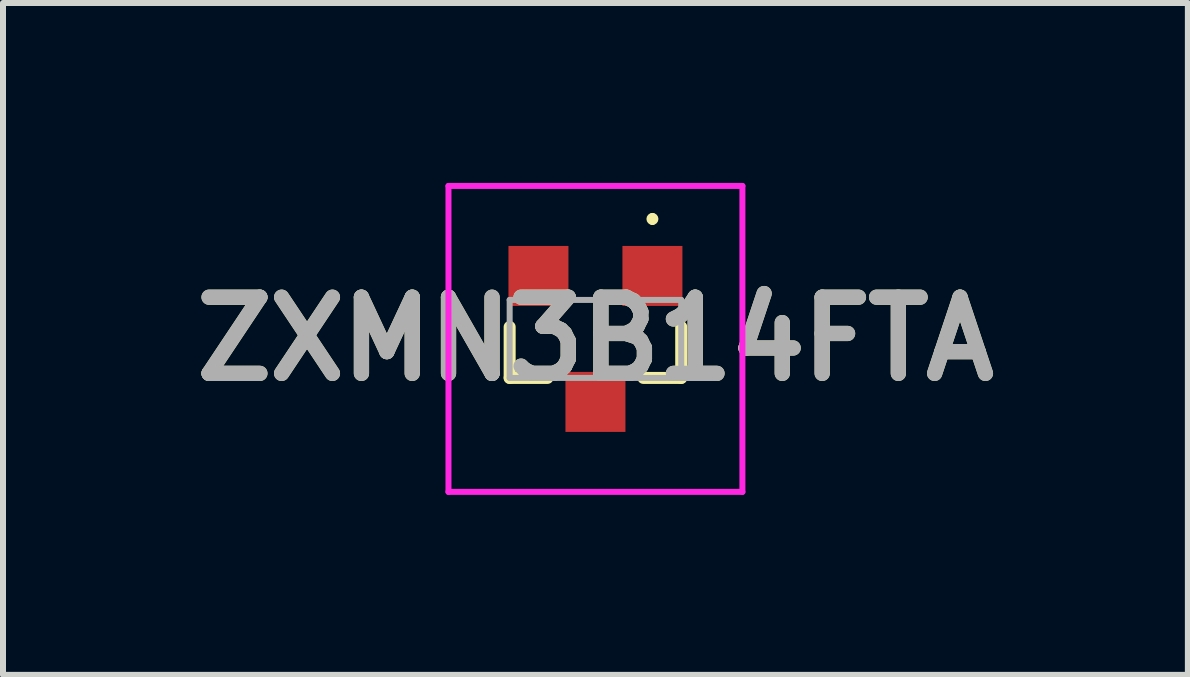
<source format=kicad_pcb>
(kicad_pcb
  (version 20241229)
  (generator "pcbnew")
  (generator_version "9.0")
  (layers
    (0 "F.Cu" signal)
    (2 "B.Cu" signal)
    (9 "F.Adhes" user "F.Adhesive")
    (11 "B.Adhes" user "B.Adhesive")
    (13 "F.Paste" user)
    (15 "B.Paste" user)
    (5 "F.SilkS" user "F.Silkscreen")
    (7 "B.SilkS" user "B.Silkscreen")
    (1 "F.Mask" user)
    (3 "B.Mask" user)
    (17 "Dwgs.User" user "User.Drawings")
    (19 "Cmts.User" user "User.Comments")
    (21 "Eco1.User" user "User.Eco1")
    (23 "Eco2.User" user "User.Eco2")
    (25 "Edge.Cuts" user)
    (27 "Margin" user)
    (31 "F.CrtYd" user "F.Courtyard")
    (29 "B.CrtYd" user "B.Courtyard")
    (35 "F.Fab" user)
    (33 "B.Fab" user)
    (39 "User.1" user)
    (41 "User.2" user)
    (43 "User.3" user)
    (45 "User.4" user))
  (footprint "ZXMN3B14FTA"
    (layer "F.Cu")
    (at 6.876 2.6)
    (property "Reference" "ZXMN3B14FTA" (at 0 0 0) (layer "F.SilkS") (effects (font (size 1.27 1.27) (thickness 0.254))))
    (attr smd)
    (fp_line (start -1.43 0.65) (end -1.43 -0.2) (stroke (width 0.2) (type solid)) (layer "F.SilkS"))
    (fp_line (start -0.8 0.65) (end -1.43 0.65) (stroke (width 0.2) (type solid)) (layer "F.SilkS"))
    (fp_line (start 0.8 0.65) (end 1.43 0.65) (stroke (width 0.2) (type solid)) (layer "F.SilkS"))
    (fp_line (start 0.95 -2.05) (end 0.95 -2.05) (stroke (width 0.1) (type solid)) (layer "F.SilkS"))
    (fp_line (start 0.95 -1.95) (end 0.95 -1.95) (stroke (width 0.1) (type solid)) (layer "F.SilkS"))
    (fp_line (start 1.43 0.65) (end 1.43 -0.2) (stroke (width 0.2) (type solid)) (layer "F.SilkS"))
    (fp_arc (start 0.95 -2.05) (mid 1 -2) (end 0.95 -1.95) (stroke (width 0.1) (type solid)) (layer "F.SilkS"))
    (fp_arc (start 0.95 -1.95) (mid 0.9 -2) (end 0.95 -2.05) (stroke (width 0.1) (type solid)) (layer "F.SilkS"))
    (fp_line (start -2.45 -2.55) (end 2.45 -2.55) (stroke (width 0.1) (type solid)) (layer "F.CrtYd"))
    (fp_line (start -2.45 2.55) (end -2.45 -2.55) (stroke (width 0.1) (type solid)) (layer "F.CrtYd"))
    (fp_line (start 2.45 -2.55) (end 2.45 2.55) (stroke (width 0.1) (type solid)) (layer "F.CrtYd"))
    (fp_line (start 2.45 2.55) (end -2.45 2.55) (stroke (width 0.1) (type solid)) (layer "F.CrtYd"))
    (fp_line (start -1.43 -0.65) (end 1.43 -0.65) (stroke (width 0.1) (type solid)) (layer "F.Fab"))
    (fp_line (start -1.43 0.65) (end -1.43 -0.65) (stroke (width 0.1) (type solid)) (layer "F.Fab"))
    (fp_line (start 1.43 -0.65) (end 1.43 0.65) (stroke (width 0.1) (type solid)) (layer "F.Fab"))
    (fp_line (start 1.43 0.65) (end -1.43 0.65) (stroke (width 0.1) (type solid)) (layer "F.Fab"))
    (fp_text user "${REFERENCE}" (at 0 0 0) (layer "F.Fab") (effects (font (size 1.27 1.27) (thickness 0.254))))
    (pad "1" smd rect (at 0.95 -1.05) (size 1 1) (layers "F.Cu" "F.Mask" "F.Paste"))
    (pad "2" smd rect (at -0.95 -1.05) (size 1 1) (layers "F.Cu" "F.Mask" "F.Paste"))
    (pad "3" smd rect (at 0 1.05) (size 1 1) (layers "F.Cu" "F.Mask" "F.Paste")))
  (gr_rect
    (start -3 -3)
    (end 16.752 8.2)
    (stroke (width 0.1) (type default))
    (fill no)
    (layer "Edge.Cuts")))
</source>
